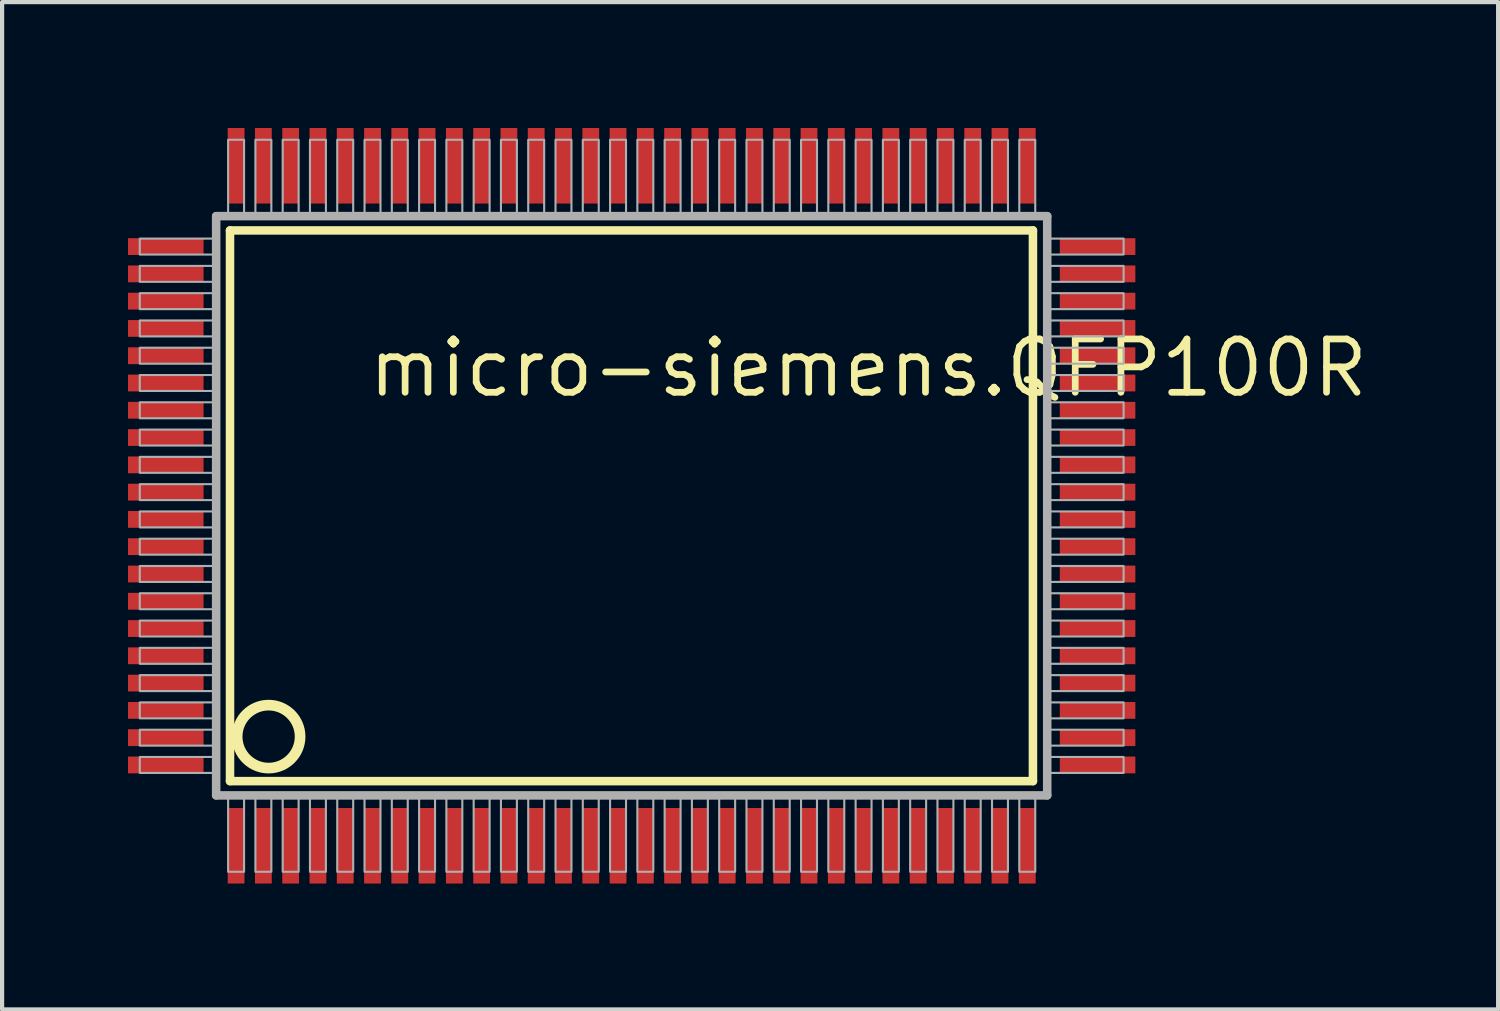
<source format=kicad_pcb>
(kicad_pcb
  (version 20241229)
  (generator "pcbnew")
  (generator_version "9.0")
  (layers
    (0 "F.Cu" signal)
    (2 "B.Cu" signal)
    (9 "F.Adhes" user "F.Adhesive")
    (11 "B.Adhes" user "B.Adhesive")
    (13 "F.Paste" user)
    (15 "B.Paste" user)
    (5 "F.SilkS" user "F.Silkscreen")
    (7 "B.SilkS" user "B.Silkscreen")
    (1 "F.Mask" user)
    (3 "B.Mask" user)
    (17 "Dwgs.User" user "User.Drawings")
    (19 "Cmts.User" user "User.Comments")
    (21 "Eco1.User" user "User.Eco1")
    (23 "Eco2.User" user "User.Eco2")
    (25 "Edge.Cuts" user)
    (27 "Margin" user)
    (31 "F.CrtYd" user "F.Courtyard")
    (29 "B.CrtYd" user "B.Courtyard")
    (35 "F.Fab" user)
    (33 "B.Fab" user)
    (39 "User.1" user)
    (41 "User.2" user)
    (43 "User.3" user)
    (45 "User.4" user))
  (footprint "micro-siemens.QFP100R"
    (layer "F.Cu")
    (at 12 9)
    (property "Reference" "micro-siemens.QFP100R" (at -6.35 -2.54 0) (layer "F.SilkS") (effects (font (size 1.27 1.27) (thickness 0.16)) (justify left bottom)))
    (attr smd)
    (fp_line (start -9.57 -6.56) (end 9.56 -6.56) (stroke (width 0.203) (type default)) (layer "F.SilkS"))
    (fp_line (start -9.57 6.56) (end -9.57 -6.56) (stroke (width 0.203) (type default)) (layer "F.SilkS"))
    (fp_line (start 9.56 -6.56) (end 9.56 6.56) (stroke (width 0.203) (type default)) (layer "F.SilkS"))
    (fp_line (start 9.56 6.56) (end -9.57 6.56) (stroke (width 0.203) (type default)) (layer "F.SilkS"))
    (fp_circle (center -8.65 5.5) (end -7.9 5.5) (stroke (width 0.254) (type default)) (fill no) (layer "F.SilkS"))
    (fp_line (start -9.9 -6.9) (end -9.9 6.9) (stroke (width 0.203) (type default)) (layer "F.Fab"))
    (fp_line (start -9.9 6.9) (end 9.9 6.9) (stroke (width 0.203) (type default)) (layer "F.Fab"))
    (fp_line (start 9.9 -6.9) (end -9.9 -6.9) (stroke (width 0.203) (type default)) (layer "F.Fab"))
    (fp_line (start 9.9 6.9) (end 9.9 -6.9) (stroke (width 0.203) (type default)) (layer "F.Fab"))
    (fp_rect (start -11.72 -5.985) (end -9.95 -6.365) (stroke (width 0.05) (type default)) (fill no) (layer "F.Fab"))
    (fp_rect (start -11.72 -5.335) (end -9.95 -5.715) (stroke (width 0.05) (type default)) (fill no) (layer "F.Fab"))
    (fp_rect (start -11.72 -4.685) (end -9.95 -5.065) (stroke (width 0.05) (type default)) (fill no) (layer "F.Fab"))
    (fp_rect (start -11.72 -4.035) (end -9.95 -4.415) (stroke (width 0.05) (type default)) (fill no) (layer "F.Fab"))
    (fp_rect (start -11.72 -3.385) (end -9.95 -3.765) (stroke (width 0.05) (type default)) (fill no) (layer "F.Fab"))
    (fp_rect (start -11.72 -2.735) (end -9.95 -3.115) (stroke (width 0.05) (type default)) (fill no) (layer "F.Fab"))
    (fp_rect (start -11.72 -2.085) (end -9.95 -2.465) (stroke (width 0.05) (type default)) (fill no) (layer "F.Fab"))
    (fp_rect (start -11.72 -1.435) (end -9.95 -1.815) (stroke (width 0.05) (type default)) (fill no) (layer "F.Fab"))
    (fp_rect (start -11.72 -0.785) (end -9.95 -1.165) (stroke (width 0.05) (type default)) (fill no) (layer "F.Fab"))
    (fp_rect (start -11.72 -0.135) (end -9.95 -0.515) (stroke (width 0.05) (type default)) (fill no) (layer "F.Fab"))
    (fp_rect (start -11.72 0.515) (end -9.95 0.135) (stroke (width 0.05) (type default)) (fill no) (layer "F.Fab"))
    (fp_rect (start -11.72 1.165) (end -9.95 0.785) (stroke (width 0.05) (type default)) (fill no) (layer "F.Fab"))
    (fp_rect (start -11.72 1.815) (end -9.95 1.435) (stroke (width 0.05) (type default)) (fill no) (layer "F.Fab"))
    (fp_rect (start -11.72 2.465) (end -9.95 2.085) (stroke (width 0.05) (type default)) (fill no) (layer "F.Fab"))
    (fp_rect (start -11.72 3.115) (end -9.95 2.735) (stroke (width 0.05) (type default)) (fill no) (layer "F.Fab"))
    (fp_rect (start -11.72 3.765) (end -9.95 3.385) (stroke (width 0.05) (type default)) (fill no) (layer "F.Fab"))
    (fp_rect (start -11.72 4.415) (end -9.95 4.035) (stroke (width 0.05) (type default)) (fill no) (layer "F.Fab"))
    (fp_rect (start -11.72 5.065) (end -9.95 4.685) (stroke (width 0.05) (type default)) (fill no) (layer "F.Fab"))
    (fp_rect (start -11.72 5.715) (end -9.95 5.335) (stroke (width 0.05) (type default)) (fill no) (layer "F.Fab"))
    (fp_rect (start -11.72 6.365) (end -9.95 5.985) (stroke (width 0.05) (type default)) (fill no) (layer "F.Fab"))
    (fp_rect (start -9.615 -6.95) (end -9.235 -8.72) (stroke (width 0.05) (type default)) (fill no) (layer "F.Fab"))
    (fp_rect (start -9.615 8.72) (end -9.235 6.95) (stroke (width 0.05) (type default)) (fill no) (layer "F.Fab"))
    (fp_rect (start -8.965 -6.95) (end -8.585 -8.72) (stroke (width 0.05) (type default)) (fill no) (layer "F.Fab"))
    (fp_rect (start -8.965 8.72) (end -8.585 6.95) (stroke (width 0.05) (type default)) (fill no) (layer "F.Fab"))
    (fp_rect (start -8.315 -6.95) (end -7.935 -8.72) (stroke (width 0.05) (type default)) (fill no) (layer "F.Fab"))
    (fp_rect (start -8.315 8.72) (end -7.935 6.95) (stroke (width 0.05) (type default)) (fill no) (layer "F.Fab"))
    (fp_rect (start -7.665 -6.95) (end -7.285 -8.72) (stroke (width 0.05) (type default)) (fill no) (layer "F.Fab"))
    (fp_rect (start -7.665 8.72) (end -7.285 6.95) (stroke (width 0.05) (type default)) (fill no) (layer "F.Fab"))
    (fp_rect (start -7.015 -6.95) (end -6.635 -8.72) (stroke (width 0.05) (type default)) (fill no) (layer "F.Fab"))
    (fp_rect (start -7.015 8.72) (end -6.635 6.95) (stroke (width 0.05) (type default)) (fill no) (layer "F.Fab"))
    (fp_rect (start -6.365 -6.95) (end -5.985 -8.72) (stroke (width 0.05) (type default)) (fill no) (layer "F.Fab"))
    (fp_rect (start -6.365 8.72) (end -5.985 6.95) (stroke (width 0.05) (type default)) (fill no) (layer "F.Fab"))
    (fp_rect (start -5.715 -6.95) (end -5.335 -8.72) (stroke (width 0.05) (type default)) (fill no) (layer "F.Fab"))
    (fp_rect (start -5.715 8.72) (end -5.335 6.95) (stroke (width 0.05) (type default)) (fill no) (layer "F.Fab"))
    (fp_rect (start -5.065 -6.95) (end -4.685 -8.72) (stroke (width 0.05) (type default)) (fill no) (layer "F.Fab"))
    (fp_rect (start -5.065 8.72) (end -4.685 6.95) (stroke (width 0.05) (type default)) (fill no) (layer "F.Fab"))
    (fp_rect (start -4.415 -6.95) (end -4.035 -8.72) (stroke (width 0.05) (type default)) (fill no) (layer "F.Fab"))
    (fp_rect (start -4.415 8.72) (end -4.035 6.95) (stroke (width 0.05) (type default)) (fill no) (layer "F.Fab"))
    (fp_rect (start -3.765 -6.95) (end -3.385 -8.72) (stroke (width 0.05) (type default)) (fill no) (layer "F.Fab"))
    (fp_rect (start -3.765 8.72) (end -3.385 6.95) (stroke (width 0.05) (type default)) (fill no) (layer "F.Fab"))
    (fp_rect (start -3.115 -6.95) (end -2.735 -8.72) (stroke (width 0.05) (type default)) (fill no) (layer "F.Fab"))
    (fp_rect (start -3.115 8.72) (end -2.735 6.95) (stroke (width 0.05) (type default)) (fill no) (layer "F.Fab"))
    (fp_rect (start -2.465 -6.95) (end -2.085 -8.72) (stroke (width 0.05) (type default)) (fill no) (layer "F.Fab"))
    (fp_rect (start -2.465 8.72) (end -2.085 6.95) (stroke (width 0.05) (type default)) (fill no) (layer "F.Fab"))
    (fp_rect (start -1.815 -6.95) (end -1.435 -8.72) (stroke (width 0.05) (type default)) (fill no) (layer "F.Fab"))
    (fp_rect (start -1.815 8.72) (end -1.435 6.95) (stroke (width 0.05) (type default)) (fill no) (layer "F.Fab"))
    (fp_rect (start -1.165 -6.95) (end -0.785 -8.72) (stroke (width 0.05) (type default)) (fill no) (layer "F.Fab"))
    (fp_rect (start -1.165 8.72) (end -0.785 6.95) (stroke (width 0.05) (type default)) (fill no) (layer "F.Fab"))
    (fp_rect (start -0.515 -6.95) (end -0.135 -8.72) (stroke (width 0.05) (type default)) (fill no) (layer "F.Fab"))
    (fp_rect (start -0.515 8.72) (end -0.135 6.95) (stroke (width 0.05) (type default)) (fill no) (layer "F.Fab"))
    (fp_rect (start 0.135 -6.95) (end 0.515 -8.72) (stroke (width 0.05) (type default)) (fill no) (layer "F.Fab"))
    (fp_rect (start 0.135 8.72) (end 0.515 6.95) (stroke (width 0.05) (type default)) (fill no) (layer "F.Fab"))
    (fp_rect (start 0.785 -6.95) (end 1.165 -8.72) (stroke (width 0.05) (type default)) (fill no) (layer "F.Fab"))
    (fp_rect (start 0.785 8.72) (end 1.165 6.95) (stroke (width 0.05) (type default)) (fill no) (layer "F.Fab"))
    (fp_rect (start 1.435 -6.95) (end 1.815 -8.72) (stroke (width 0.05) (type default)) (fill no) (layer "F.Fab"))
    (fp_rect (start 1.435 8.72) (end 1.815 6.95) (stroke (width 0.05) (type default)) (fill no) (layer "F.Fab"))
    (fp_rect (start 2.085 -6.95) (end 2.465 -8.72) (stroke (width 0.05) (type default)) (fill no) (layer "F.Fab"))
    (fp_rect (start 2.085 8.72) (end 2.465 6.95) (stroke (width 0.05) (type default)) (fill no) (layer "F.Fab"))
    (fp_rect (start 2.735 -6.95) (end 3.115 -8.72) (stroke (width 0.05) (type default)) (fill no) (layer "F.Fab"))
    (fp_rect (start 2.735 8.72) (end 3.115 6.95) (stroke (width 0.05) (type default)) (fill no) (layer "F.Fab"))
    (fp_rect (start 3.385 -6.95) (end 3.765 -8.72) (stroke (width 0.05) (type default)) (fill no) (layer "F.Fab"))
    (fp_rect (start 3.385 8.72) (end 3.765 6.95) (stroke (width 0.05) (type default)) (fill no) (layer "F.Fab"))
    (fp_rect (start 4.035 -6.95) (end 4.415 -8.72) (stroke (width 0.05) (type default)) (fill no) (layer "F.Fab"))
    (fp_rect (start 4.035 8.72) (end 4.415 6.95) (stroke (width 0.05) (type default)) (fill no) (layer "F.Fab"))
    (fp_rect (start 4.685 -6.95) (end 5.065 -8.72) (stroke (width 0.05) (type default)) (fill no) (layer "F.Fab"))
    (fp_rect (start 4.685 8.72) (end 5.065 6.95) (stroke (width 0.05) (type default)) (fill no) (layer "F.Fab"))
    (fp_rect (start 5.335 -6.95) (end 5.715 -8.72) (stroke (width 0.05) (type default)) (fill no) (layer "F.Fab"))
    (fp_rect (start 5.335 8.72) (end 5.715 6.95) (stroke (width 0.05) (type default)) (fill no) (layer "F.Fab"))
    (fp_rect (start 5.985 -6.95) (end 6.365 -8.72) (stroke (width 0.05) (type default)) (fill no) (layer "F.Fab"))
    (fp_rect (start 5.985 8.72) (end 6.365 6.95) (stroke (width 0.05) (type default)) (fill no) (layer "F.Fab"))
    (fp_rect (start 6.635 -6.95) (end 7.015 -8.72) (stroke (width 0.05) (type default)) (fill no) (layer "F.Fab"))
    (fp_rect (start 6.635 8.72) (end 7.015 6.95) (stroke (width 0.05) (type default)) (fill no) (layer "F.Fab"))
    (fp_rect (start 7.285 -6.95) (end 7.665 -8.72) (stroke (width 0.05) (type default)) (fill no) (layer "F.Fab"))
    (fp_rect (start 7.285 8.72) (end 7.665 6.95) (stroke (width 0.05) (type default)) (fill no) (layer "F.Fab"))
    (fp_rect (start 7.935 -6.95) (end 8.315 -8.72) (stroke (width 0.05) (type default)) (fill no) (layer "F.Fab"))
    (fp_rect (start 7.935 8.72) (end 8.315 6.95) (stroke (width 0.05) (type default)) (fill no) (layer "F.Fab"))
    (fp_rect (start 8.585 -6.95) (end 8.965 -8.72) (stroke (width 0.05) (type default)) (fill no) (layer "F.Fab"))
    (fp_rect (start 8.585 8.72) (end 8.965 6.95) (stroke (width 0.05) (type default)) (fill no) (layer "F.Fab"))
    (fp_rect (start 9.235 -6.95) (end 9.615 -8.72) (stroke (width 0.05) (type default)) (fill no) (layer "F.Fab"))
    (fp_rect (start 9.235 8.72) (end 9.615 6.95) (stroke (width 0.05) (type default)) (fill no) (layer "F.Fab"))
    (fp_rect (start 9.95 -5.985) (end 11.72 -6.365) (stroke (width 0.05) (type default)) (fill no) (layer "F.Fab"))
    (fp_rect (start 9.95 -5.335) (end 11.72 -5.715) (stroke (width 0.05) (type default)) (fill no) (layer "F.Fab"))
    (fp_rect (start 9.95 -4.685) (end 11.72 -5.065) (stroke (width 0.05) (type default)) (fill no) (layer "F.Fab"))
    (fp_rect (start 9.95 -4.035) (end 11.72 -4.415) (stroke (width 0.05) (type default)) (fill no) (layer "F.Fab"))
    (fp_rect (start 9.95 -3.385) (end 11.72 -3.765) (stroke (width 0.05) (type default)) (fill no) (layer "F.Fab"))
    (fp_rect (start 9.95 -2.735) (end 11.72 -3.115) (stroke (width 0.05) (type default)) (fill no) (layer "F.Fab"))
    (fp_rect (start 9.95 -2.085) (end 11.72 -2.465) (stroke (width 0.05) (type default)) (fill no) (layer "F.Fab"))
    (fp_rect (start 9.95 -1.435) (end 11.72 -1.815) (stroke (width 0.05) (type default)) (fill no) (layer "F.Fab"))
    (fp_rect (start 9.95 -0.785) (end 11.72 -1.165) (stroke (width 0.05) (type default)) (fill no) (layer "F.Fab"))
    (fp_rect (start 9.95 -0.135) (end 11.72 -0.515) (stroke (width 0.05) (type default)) (fill no) (layer "F.Fab"))
    (fp_rect (start 9.95 0.515) (end 11.72 0.135) (stroke (width 0.05) (type default)) (fill no) (layer "F.Fab"))
    (fp_rect (start 9.95 1.165) (end 11.72 0.785) (stroke (width 0.05) (type default)) (fill no) (layer "F.Fab"))
    (fp_rect (start 9.95 1.815) (end 11.72 1.435) (stroke (width 0.05) (type default)) (fill no) (layer "F.Fab"))
    (fp_rect (start 9.95 2.465) (end 11.72 2.085) (stroke (width 0.05) (type default)) (fill no) (layer "F.Fab"))
    (fp_rect (start 9.95 3.115) (end 11.72 2.735) (stroke (width 0.05) (type default)) (fill no) (layer "F.Fab"))
    (fp_rect (start 9.95 3.765) (end 11.72 3.385) (stroke (width 0.05) (type default)) (fill no) (layer "F.Fab"))
    (fp_rect (start 9.95 4.415) (end 11.72 4.035) (stroke (width 0.05) (type default)) (fill no) (layer "F.Fab"))
    (fp_rect (start 9.95 5.065) (end 11.72 4.685) (stroke (width 0.05) (type default)) (fill no) (layer "F.Fab"))
    (fp_rect (start 9.95 5.715) (end 11.72 5.335) (stroke (width 0.05) (type default)) (fill no) (layer "F.Fab"))
    (fp_rect (start 9.95 6.365) (end 11.72 5.985) (stroke (width 0.05) (type default)) (fill no) (layer "F.Fab"))
    (pad "1" smd roundrect (at -9.425 8.1) (size 0.4 1.8) (layers "F.Cu" "F.Mask" "F.Paste") (roundrect_rratio 0.01))
    (pad "2" smd roundrect (at -8.775 8.1) (size 0.4 1.8) (layers "F.Cu" "F.Mask" "F.Paste") (roundrect_rratio 0.01))
    (pad "3" smd roundrect (at -8.125 8.1) (size 0.4 1.8) (layers "F.Cu" "F.Mask" "F.Paste") (roundrect_rratio 0.01))
    (pad "4" smd roundrect (at -7.475 8.1) (size 0.4 1.8) (layers "F.Cu" "F.Mask" "F.Paste") (roundrect_rratio 0.01))
    (pad "5" smd roundrect (at -6.825 8.1) (size 0.4 1.8) (layers "F.Cu" "F.Mask" "F.Paste") (roundrect_rratio 0.01))
    (pad "6" smd roundrect (at -6.175 8.1) (size 0.4 1.8) (layers "F.Cu" "F.Mask" "F.Paste") (roundrect_rratio 0.01))
    (pad "7" smd roundrect (at -5.525 8.1) (size 0.4 1.8) (layers "F.Cu" "F.Mask" "F.Paste") (roundrect_rratio 0.01))
    (pad "8" smd roundrect (at -4.875 8.1) (size 0.4 1.8) (layers "F.Cu" "F.Mask" "F.Paste") (roundrect_rratio 0.01))
    (pad "9" smd roundrect (at -4.225 8.1) (size 0.4 1.8) (layers "F.Cu" "F.Mask" "F.Paste") (roundrect_rratio 0.01))
    (pad "10" smd roundrect (at -3.575 8.1) (size 0.4 1.8) (layers "F.Cu" "F.Mask" "F.Paste") (roundrect_rratio 0.01))
    (pad "11" smd roundrect (at -2.925 8.1) (size 0.4 1.8) (layers "F.Cu" "F.Mask" "F.Paste") (roundrect_rratio 0.01))
    (pad "12" smd roundrect (at -2.275 8.1) (size 0.4 1.8) (layers "F.Cu" "F.Mask" "F.Paste") (roundrect_rratio 0.01))
    (pad "13" smd roundrect (at -1.625 8.1) (size 0.4 1.8) (layers "F.Cu" "F.Mask" "F.Paste") (roundrect_rratio 0.01))
    (pad "14" smd roundrect (at -0.975 8.1) (size 0.4 1.8) (layers "F.Cu" "F.Mask" "F.Paste") (roundrect_rratio 0.01))
    (pad "15" smd roundrect (at -0.325 8.1) (size 0.4 1.8) (layers "F.Cu" "F.Mask" "F.Paste") (roundrect_rratio 0.01))
    (pad "16" smd roundrect (at 0.325 8.1) (size 0.4 1.8) (layers "F.Cu" "F.Mask" "F.Paste") (roundrect_rratio 0.01))
    (pad "17" smd roundrect (at 0.975 8.1) (size 0.4 1.8) (layers "F.Cu" "F.Mask" "F.Paste") (roundrect_rratio 0.01))
    (pad "18" smd roundrect (at 1.625 8.1) (size 0.4 1.8) (layers "F.Cu" "F.Mask" "F.Paste") (roundrect_rratio 0.01))
    (pad "19" smd roundrect (at 2.275 8.1) (size 0.4 1.8) (layers "F.Cu" "F.Mask" "F.Paste") (roundrect_rratio 0.01))
    (pad "20" smd roundrect (at 2.925 8.1) (size 0.4 1.8) (layers "F.Cu" "F.Mask" "F.Paste") (roundrect_rratio 0.01))
    (pad "21" smd roundrect (at 3.575 8.1) (size 0.4 1.8) (layers "F.Cu" "F.Mask" "F.Paste") (roundrect_rratio 0.01))
    (pad "22" smd roundrect (at 4.225 8.1) (size 0.4 1.8) (layers "F.Cu" "F.Mask" "F.Paste") (roundrect_rratio 0.01))
    (pad "23" smd roundrect (at 4.875 8.1) (size 0.4 1.8) (layers "F.Cu" "F.Mask" "F.Paste") (roundrect_rratio 0.01))
    (pad "24" smd roundrect (at 5.525 8.1) (size 0.4 1.8) (layers "F.Cu" "F.Mask" "F.Paste") (roundrect_rratio 0.01))
    (pad "25" smd roundrect (at 6.175 8.1) (size 0.4 1.8) (layers "F.Cu" "F.Mask" "F.Paste") (roundrect_rratio 0.01))
    (pad "26" smd roundrect (at 6.825 8.1) (size 0.4 1.8) (layers "F.Cu" "F.Mask" "F.Paste") (roundrect_rratio 0.01))
    (pad "27" smd roundrect (at 7.475 8.1) (size 0.4 1.8) (layers "F.Cu" "F.Mask" "F.Paste") (roundrect_rratio 0.01))
    (pad "28" smd roundrect (at 8.125 8.1) (size 0.4 1.8) (layers "F.Cu" "F.Mask" "F.Paste") (roundrect_rratio 0.01))
    (pad "29" smd roundrect (at 8.775 8.1) (size 0.4 1.8) (layers "F.Cu" "F.Mask" "F.Paste") (roundrect_rratio 0.01))
    (pad "30" smd roundrect (at 9.425 8.1) (size 0.4 1.8) (layers "F.Cu" "F.Mask" "F.Paste") (roundrect_rratio 0.01))
    (pad "31" smd roundrect (at 11.1 6.175) (size 1.8 0.4) (layers "F.Cu" "F.Mask" "F.Paste") (roundrect_rratio 0.01))
    (pad "32" smd roundrect (at 11.1 5.525) (size 1.8 0.4) (layers "F.Cu" "F.Mask" "F.Paste") (roundrect_rratio 0.01))
    (pad "33" smd roundrect (at 11.1 4.875) (size 1.8 0.4) (layers "F.Cu" "F.Mask" "F.Paste") (roundrect_rratio 0.01))
    (pad "34" smd roundrect (at 11.1 4.225) (size 1.8 0.4) (layers "F.Cu" "F.Mask" "F.Paste") (roundrect_rratio 0.01))
    (pad "35" smd roundrect (at 11.1 3.575) (size 1.8 0.4) (layers "F.Cu" "F.Mask" "F.Paste") (roundrect_rratio 0.01))
    (pad "36" smd roundrect (at 11.1 2.925) (size 1.8 0.4) (layers "F.Cu" "F.Mask" "F.Paste") (roundrect_rratio 0.01))
    (pad "37" smd roundrect (at 11.1 2.275) (size 1.8 0.4) (layers "F.Cu" "F.Mask" "F.Paste") (roundrect_rratio 0.01))
    (pad "38" smd roundrect (at 11.1 1.625) (size 1.8 0.4) (layers "F.Cu" "F.Mask" "F.Paste") (roundrect_rratio 0.01))
    (pad "39" smd roundrect (at 11.1 0.975) (size 1.8 0.4) (layers "F.Cu" "F.Mask" "F.Paste") (roundrect_rratio 0.01))
    (pad "40" smd roundrect (at 11.1 0.325) (size 1.8 0.4) (layers "F.Cu" "F.Mask" "F.Paste") (roundrect_rratio 0.01))
    (pad "41" smd roundrect (at 11.1 -0.325) (size 1.8 0.4) (layers "F.Cu" "F.Mask" "F.Paste") (roundrect_rratio 0.01))
    (pad "42" smd roundrect (at 11.1 -0.975) (size 1.8 0.4) (layers "F.Cu" "F.Mask" "F.Paste") (roundrect_rratio 0.01))
    (pad "43" smd roundrect (at 11.1 -1.625) (size 1.8 0.4) (layers "F.Cu" "F.Mask" "F.Paste") (roundrect_rratio 0.01))
    (pad "44" smd roundrect (at 11.1 -2.275) (size 1.8 0.4) (layers "F.Cu" "F.Mask" "F.Paste") (roundrect_rratio 0.01))
    (pad "45" smd roundrect (at 11.1 -2.925) (size 1.8 0.4) (layers "F.Cu" "F.Mask" "F.Paste") (roundrect_rratio 0.01))
    (pad "46" smd roundrect (at 11.1 -3.575) (size 1.8 0.4) (layers "F.Cu" "F.Mask" "F.Paste") (roundrect_rratio 0.01))
    (pad "47" smd roundrect (at 11.1 -4.225) (size 1.8 0.4) (layers "F.Cu" "F.Mask" "F.Paste") (roundrect_rratio 0.01))
    (pad "48" smd roundrect (at 11.1 -4.875) (size 1.8 0.4) (layers "F.Cu" "F.Mask" "F.Paste") (roundrect_rratio 0.01))
    (pad "49" smd roundrect (at 11.1 -5.525) (size 1.8 0.4) (layers "F.Cu" "F.Mask" "F.Paste") (roundrect_rratio 0.01))
    (pad "50" smd roundrect (at 11.1 -6.175) (size 1.8 0.4) (layers "F.Cu" "F.Mask" "F.Paste") (roundrect_rratio 0.01))
    (pad "51" smd roundrect (at 9.425 -8.1) (size 0.4 1.8) (layers "F.Cu" "F.Mask" "F.Paste") (roundrect_rratio 0.01))
    (pad "52" smd roundrect (at 8.775 -8.1) (size 0.4 1.8) (layers "F.Cu" "F.Mask" "F.Paste") (roundrect_rratio 0.01))
    (pad "53" smd roundrect (at 8.125 -8.1) (size 0.4 1.8) (layers "F.Cu" "F.Mask" "F.Paste") (roundrect_rratio 0.01))
    (pad "54" smd roundrect (at 7.475 -8.1) (size 0.4 1.8) (layers "F.Cu" "F.Mask" "F.Paste") (roundrect_rratio 0.01))
    (pad "55" smd roundrect (at 6.825 -8.1) (size 0.4 1.8) (layers "F.Cu" "F.Mask" "F.Paste") (roundrect_rratio 0.01))
    (pad "56" smd roundrect (at 6.175 -8.1) (size 0.4 1.8) (layers "F.Cu" "F.Mask" "F.Paste") (roundrect_rratio 0.01))
    (pad "57" smd roundrect (at 5.525 -8.1) (size 0.4 1.8) (layers "F.Cu" "F.Mask" "F.Paste") (roundrect_rratio 0.01))
    (pad "58" smd roundrect (at 4.875 -8.1) (size 0.4 1.8) (layers "F.Cu" "F.Mask" "F.Paste") (roundrect_rratio 0.01))
    (pad "59" smd roundrect (at 4.225 -8.1) (size 0.4 1.8) (layers "F.Cu" "F.Mask" "F.Paste") (roundrect_rratio 0.01))
    (pad "60" smd roundrect (at 3.575 -8.1) (size 0.4 1.8) (layers "F.Cu" "F.Mask" "F.Paste") (roundrect_rratio 0.01))
    (pad "61" smd roundrect (at 2.925 -8.1) (size 0.4 1.8) (layers "F.Cu" "F.Mask" "F.Paste") (roundrect_rratio 0.01))
    (pad "62" smd roundrect (at 2.275 -8.1) (size 0.4 1.8) (layers "F.Cu" "F.Mask" "F.Paste") (roundrect_rratio 0.01))
    (pad "63" smd roundrect (at 1.625 -8.1) (size 0.4 1.8) (layers "F.Cu" "F.Mask" "F.Paste") (roundrect_rratio 0.01))
    (pad "64" smd roundrect (at 0.975 -8.1) (size 0.4 1.8) (layers "F.Cu" "F.Mask" "F.Paste") (roundrect_rratio 0.01))
    (pad "65" smd roundrect (at 0.325 -8.1) (size 0.4 1.8) (layers "F.Cu" "F.Mask" "F.Paste") (roundrect_rratio 0.01))
    (pad "66" smd roundrect (at -0.325 -8.1) (size 0.4 1.8) (layers "F.Cu" "F.Mask" "F.Paste") (roundrect_rratio 0.01))
    (pad "67" smd roundrect (at -0.975 -8.1) (size 0.4 1.8) (layers "F.Cu" "F.Mask" "F.Paste") (roundrect_rratio 0.01))
    (pad "68" smd roundrect (at -1.625 -8.1) (size 0.4 1.8) (layers "F.Cu" "F.Mask" "F.Paste") (roundrect_rratio 0.01))
    (pad "69" smd roundrect (at -2.275 -8.1) (size 0.4 1.8) (layers "F.Cu" "F.Mask" "F.Paste") (roundrect_rratio 0.01))
    (pad "70" smd roundrect (at -2.925 -8.1) (size 0.4 1.8) (layers "F.Cu" "F.Mask" "F.Paste") (roundrect_rratio 0.01))
    (pad "71" smd roundrect (at -3.575 -8.1) (size 0.4 1.8) (layers "F.Cu" "F.Mask" "F.Paste") (roundrect_rratio 0.01))
    (pad "72" smd roundrect (at -4.225 -8.1) (size 0.4 1.8) (layers "F.Cu" "F.Mask" "F.Paste") (roundrect_rratio 0.01))
    (pad "73" smd roundrect (at -4.875 -8.1) (size 0.4 1.8) (layers "F.Cu" "F.Mask" "F.Paste") (roundrect_rratio 0.01))
    (pad "74" smd roundrect (at -5.525 -8.1) (size 0.4 1.8) (layers "F.Cu" "F.Mask" "F.Paste") (roundrect_rratio 0.01))
    (pad "75" smd roundrect (at -6.175 -8.1) (size 0.4 1.8) (layers "F.Cu" "F.Mask" "F.Paste") (roundrect_rratio 0.01))
    (pad "76" smd roundrect (at -6.825 -8.1) (size 0.4 1.8) (layers "F.Cu" "F.Mask" "F.Paste") (roundrect_rratio 0.01))
    (pad "77" smd roundrect (at -7.475 -8.1) (size 0.4 1.8) (layers "F.Cu" "F.Mask" "F.Paste") (roundrect_rratio 0.01))
    (pad "78" smd roundrect (at -8.125 -8.1) (size 0.4 1.8) (layers "F.Cu" "F.Mask" "F.Paste") (roundrect_rratio 0.01))
    (pad "79" smd roundrect (at -8.775 -8.1) (size 0.4 1.8) (layers "F.Cu" "F.Mask" "F.Paste") (roundrect_rratio 0.01))
    (pad "80" smd roundrect (at -9.425 -8.1) (size 0.4 1.8) (layers "F.Cu" "F.Mask" "F.Paste") (roundrect_rratio 0.01))
    (pad "81" smd roundrect (at -11.1 -6.175) (size 1.8 0.4) (layers "F.Cu" "F.Mask" "F.Paste") (roundrect_rratio 0.01))
    (pad "82" smd roundrect (at -11.1 -5.525) (size 1.8 0.4) (layers "F.Cu" "F.Mask" "F.Paste") (roundrect_rratio 0.01))
    (pad "83" smd roundrect (at -11.1 -4.875) (size 1.8 0.4) (layers "F.Cu" "F.Mask" "F.Paste") (roundrect_rratio 0.01))
    (pad "84" smd roundrect (at -11.1 -4.225) (size 1.8 0.4) (layers "F.Cu" "F.Mask" "F.Paste") (roundrect_rratio 0.01))
    (pad "85" smd roundrect (at -11.1 -3.575) (size 1.8 0.4) (layers "F.Cu" "F.Mask" "F.Paste") (roundrect_rratio 0.01))
    (pad "86" smd roundrect (at -11.1 -2.925) (size 1.8 0.4) (layers "F.Cu" "F.Mask" "F.Paste") (roundrect_rratio 0.01))
    (pad "87" smd roundrect (at -11.1 -2.275) (size 1.8 0.4) (layers "F.Cu" "F.Mask" "F.Paste") (roundrect_rratio 0.01))
    (pad "88" smd roundrect (at -11.1 -1.625) (size 1.8 0.4) (layers "F.Cu" "F.Mask" "F.Paste") (roundrect_rratio 0.01))
    (pad "89" smd roundrect (at -11.1 -0.975) (size 1.8 0.4) (layers "F.Cu" "F.Mask" "F.Paste") (roundrect_rratio 0.01))
    (pad "90" smd roundrect (at -11.1 -0.325) (size 1.8 0.4) (layers "F.Cu" "F.Mask" "F.Paste") (roundrect_rratio 0.01))
    (pad "91" smd roundrect (at -11.1 0.325) (size 1.8 0.4) (layers "F.Cu" "F.Mask" "F.Paste") (roundrect_rratio 0.01))
    (pad "92" smd roundrect (at -11.1 0.975) (size 1.8 0.4) (layers "F.Cu" "F.Mask" "F.Paste") (roundrect_rratio 0.01))
    (pad "93" smd roundrect (at -11.1 1.625) (size 1.8 0.4) (layers "F.Cu" "F.Mask" "F.Paste") (roundrect_rratio 0.01))
    (pad "94" smd roundrect (at -11.1 2.275) (size 1.8 0.4) (layers "F.Cu" "F.Mask" "F.Paste") (roundrect_rratio 0.01))
    (pad "95" smd roundrect (at -11.1 2.925) (size 1.8 0.4) (layers "F.Cu" "F.Mask" "F.Paste") (roundrect_rratio 0.01))
    (pad "96" smd roundrect (at -11.1 3.575) (size 1.8 0.4) (layers "F.Cu" "F.Mask" "F.Paste") (roundrect_rratio 0.01))
    (pad "97" smd roundrect (at -11.1 4.225) (size 1.8 0.4) (layers "F.Cu" "F.Mask" "F.Paste") (roundrect_rratio 0.01))
    (pad "98" smd roundrect (at -11.1 4.875) (size 1.8 0.4) (layers "F.Cu" "F.Mask" "F.Paste") (roundrect_rratio 0.01))
    (pad "99" smd roundrect (at -11.1 5.525) (size 1.8 0.4) (layers "F.Cu" "F.Mask" "F.Paste") (roundrect_rratio 0.01))
    (pad "100" smd roundrect (at -11.1 6.175) (size 1.8 0.4) (layers "F.Cu" "F.Mask" "F.Paste") (roundrect_rratio 0.01)))
  (gr_rect
    (start -3 -3)
    (end 32.643 21)
    (stroke (width 0.1) (type default))
    (fill no)
    (layer "Edge.Cuts")))
</source>
